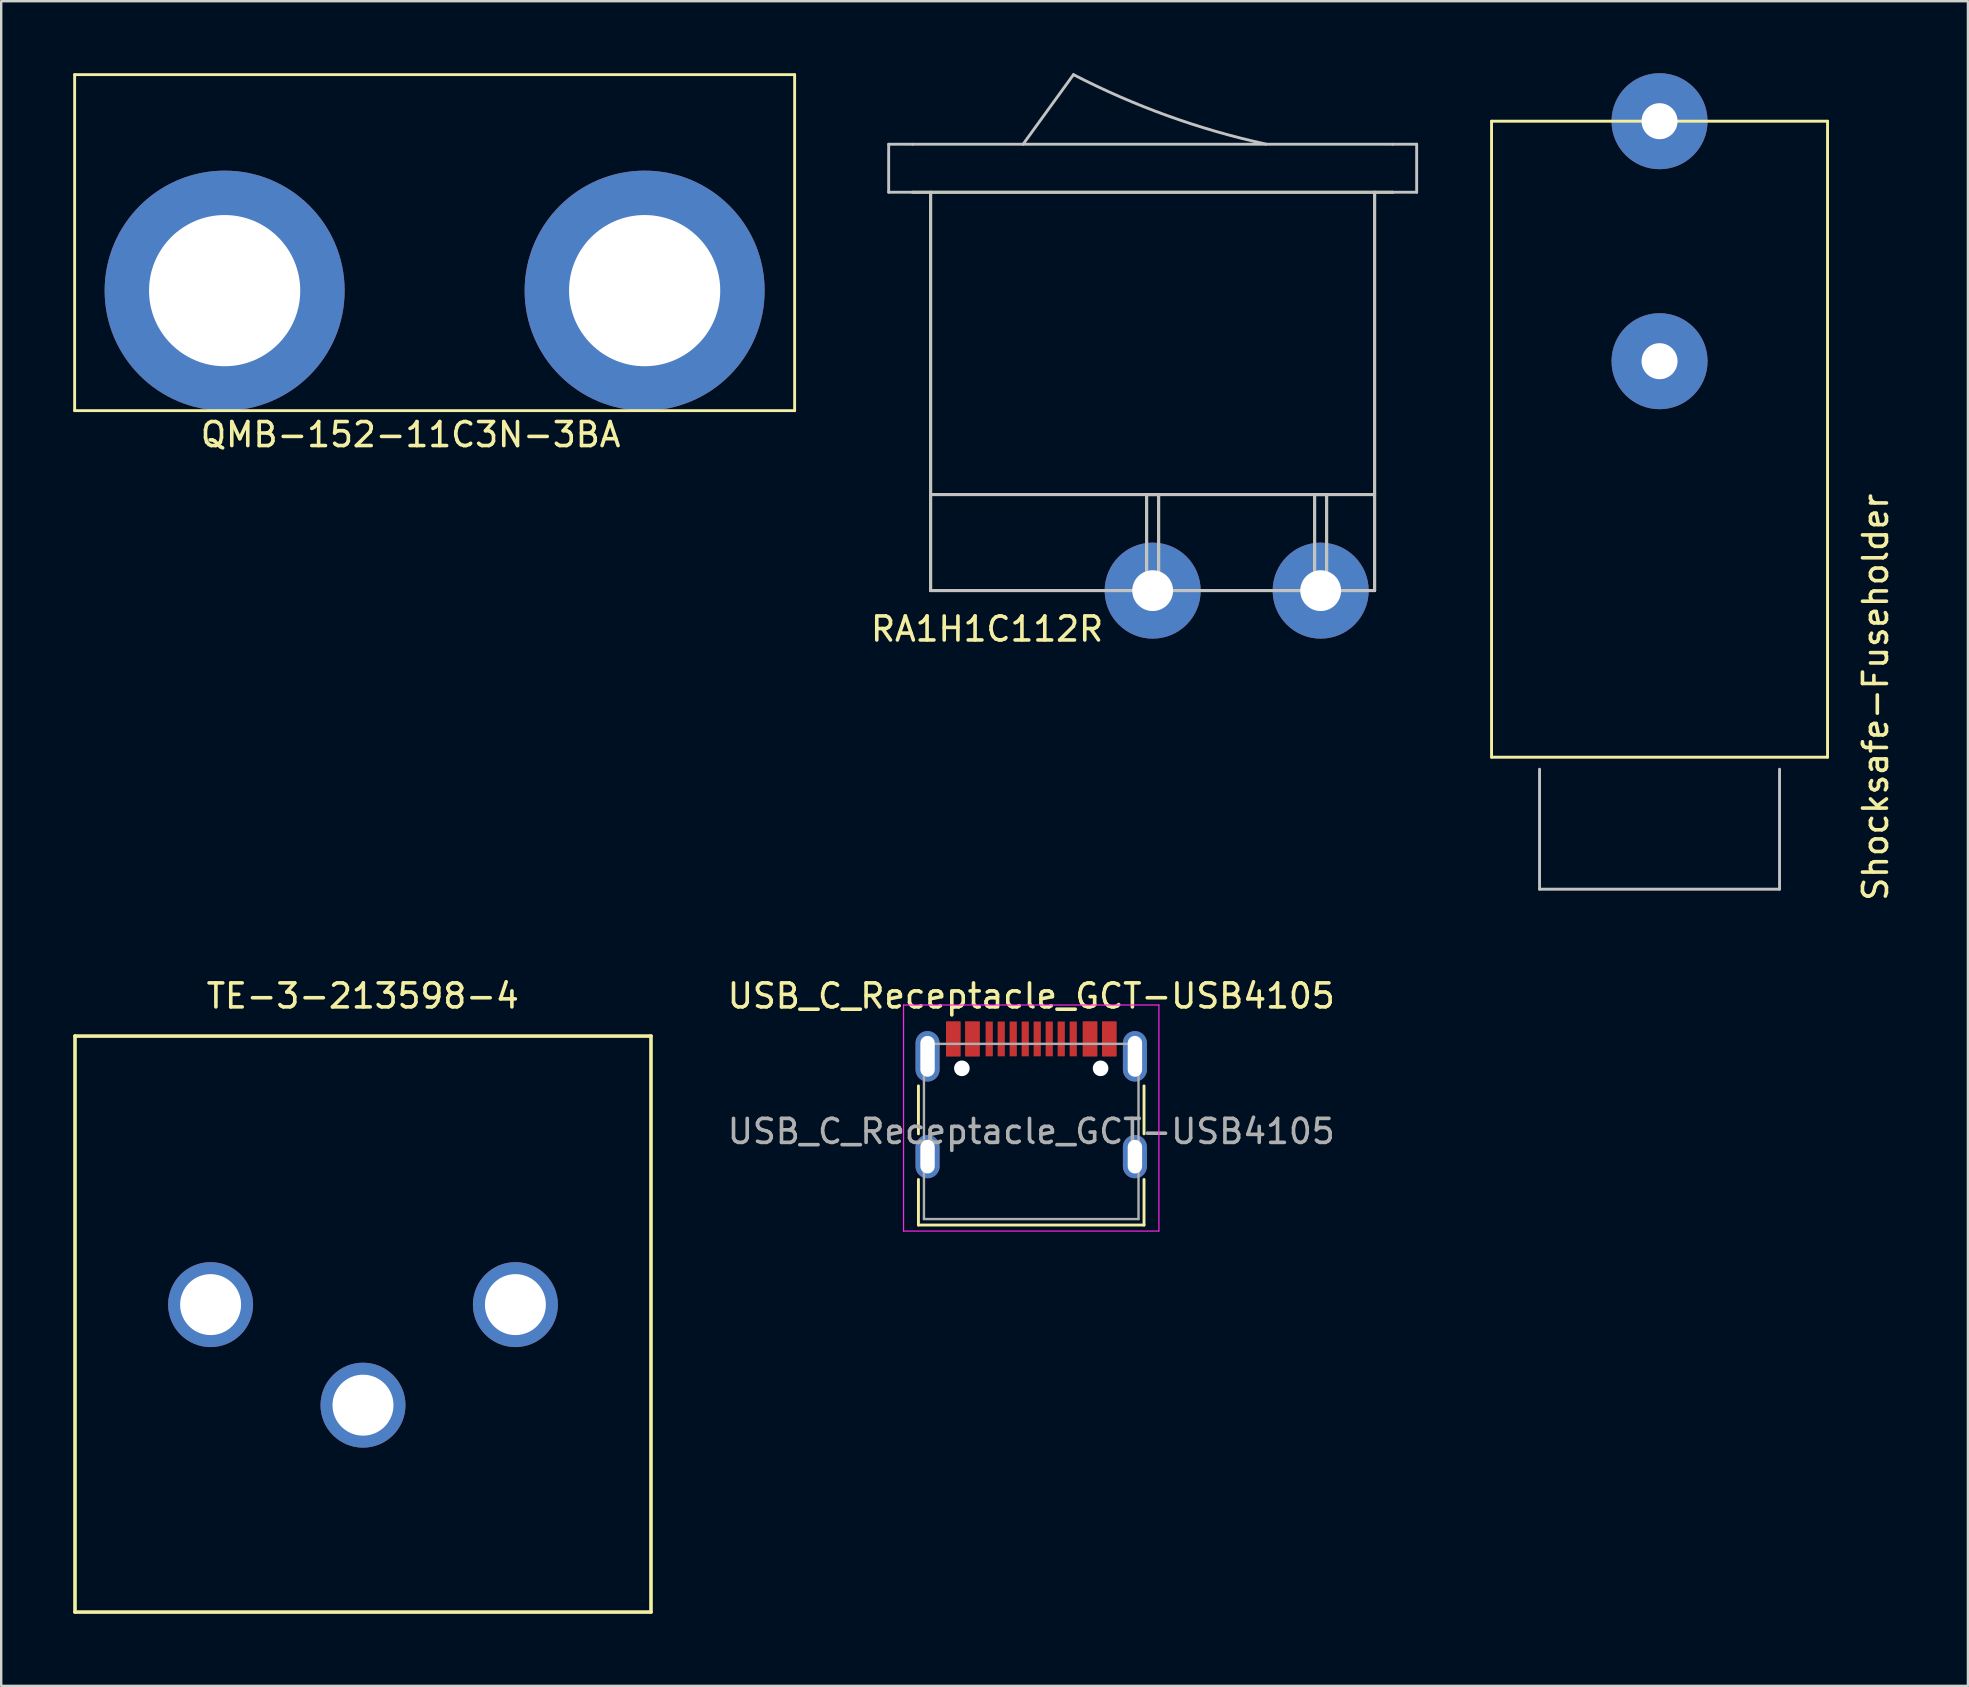
<source format=kicad_pcb>
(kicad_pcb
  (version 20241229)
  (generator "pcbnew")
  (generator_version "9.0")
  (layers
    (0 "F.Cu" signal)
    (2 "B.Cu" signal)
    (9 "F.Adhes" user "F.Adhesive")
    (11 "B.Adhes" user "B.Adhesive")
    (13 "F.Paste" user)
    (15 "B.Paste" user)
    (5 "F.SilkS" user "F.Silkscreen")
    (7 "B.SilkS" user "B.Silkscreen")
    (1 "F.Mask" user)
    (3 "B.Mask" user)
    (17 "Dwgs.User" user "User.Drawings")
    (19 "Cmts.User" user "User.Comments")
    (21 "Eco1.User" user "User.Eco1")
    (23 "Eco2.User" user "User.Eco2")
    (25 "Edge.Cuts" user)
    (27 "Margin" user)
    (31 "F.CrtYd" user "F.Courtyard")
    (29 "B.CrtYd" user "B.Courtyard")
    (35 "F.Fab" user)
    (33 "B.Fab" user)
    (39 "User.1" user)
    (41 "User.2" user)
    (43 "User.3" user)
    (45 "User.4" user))
  (footprint "Shocksafe-Fuseholder"
    (layer "F.Cu")
    (at 66.098 12)
    (property "Reference" "Shocksafe-Fuseholder" (at 9 14 90) (layer "F.SilkS") (effects (font (size 1 1) (thickness 0.15))))
    (attr through_hole)
    (fp_line (start -7 -10) (end 7 -10) (stroke (width 0.12) (type solid)) (layer "F.SilkS"))
    (fp_line (start -7 16.5) (end -7 -10) (stroke (width 0.12) (type solid)) (layer "F.SilkS"))
    (fp_line (start 7 -10) (end 7 16.5) (stroke (width 0.12) (type solid)) (layer "F.SilkS"))
    (fp_line (start 7 16.5) (end -7 16.5) (stroke (width 0.12) (type solid)) (layer "F.SilkS"))
    (fp_line (start -5 17) (end -5 22) (stroke (width 0.12) (type solid)) (layer "Dwgs.User"))
    (fp_line (start -5 22) (end 5 22) (stroke (width 0.12) (type solid)) (layer "Dwgs.User"))
    (fp_line (start 5 22) (end 5 17) (stroke (width 0.12) (type solid)) (layer "Dwgs.User"))
    (pad "1" thru_hole circle (at 0 0) (size 4 4) (drill 1.5) (layers "*.Cu" "*.Mask"))
    (pad "2" thru_hole circle (at 0 -10) (size 4 4) (drill 1.5) (layers "*.Cu" "*.Mask")))
  (footprint "QMB-152-11C3N-3BA"
    (layer "F.Cu")
    (at 15.06 9.06)
    (property "Reference" "QMB-152-11C3N-3BA" (at -1 6 0) (layer "F.SilkS") (effects (font (size 1 1) (thickness 0.15))))
    (attr through_hole)
    (fp_line (start -15 -9) (end 15 -9) (stroke (width 0.12) (type solid)) (layer "F.SilkS"))
    (fp_line (start -15 5) (end -15 -9) (stroke (width 0.12) (type solid)) (layer "F.SilkS"))
    (fp_line (start 15 -9) (end 15 5) (stroke (width 0.12) (type solid)) (layer "F.SilkS"))
    (fp_line (start 15 5) (end -15 5) (stroke (width 0.12) (type solid)) (layer "F.SilkS"))
    (pad "1" thru_hole circle (at -8.75 0 90) (size 10 10) (drill 6.3) (layers "*.Cu" "*.Mask"))
    (pad "2" thru_hole circle (at 8.75 0 90) (size 10 10) (drill 6.3) (layers "*.Cu" "*.Mask")))
  (footprint "TE-3-213598-4"
    (layer "F.Cu")
    (at 12.075 52.119)
    (property "Reference" "TE-3-213598-4" (at -0.01 -13.67 0) (layer "F.SilkS") (effects (font (size 1 1) (thickness 0.15))))
    (attr through_hole)
    (fp_line (start -12 -12) (end 12 -12) (stroke (width 0.15) (type solid)) (layer "F.SilkS"))
    (fp_line (start -12 12) (end -12 -12) (stroke (width 0.15) (type solid)) (layer "F.SilkS"))
    (fp_line (start 12 -12) (end 12 12) (stroke (width 0.15) (type solid)) (layer "F.SilkS"))
    (fp_line (start 12 12) (end -12 12) (stroke (width 0.15) (type solid)) (layer "F.SilkS"))
    (pad "1" thru_hole circle (at -6.35 -0.81) (size 3.54 3.54) (drill 2.54) (layers "*.Cu" "*.Mask"))
    (pad "2" thru_hole circle (at 6.35 -0.81) (size 3.54 3.54) (drill 2.54) (layers "*.Cu" "*.Mask"))
    (pad "3" thru_hole circle (at 0 3.38) (size 3.54 3.54) (drill 2.54) (layers "*.Cu" "*.Mask")))
  (footprint "USB_C_Receptacle_GCT-USB4105"
    (layer "F.Cu")
    (at 39.918 44.094)
    (property "Reference" "USB_C_Receptacle_GCT-USB4105" (at 0 -5.645 0) (layer "F.SilkS") (effects (font (size 1 1) (thickness 0.15))))
    (attr smd)
    (fp_line (start -4.7 -1.9) (end -4.7 0.1) (stroke (width 0.12) (type solid)) (layer "F.SilkS"))
    (fp_line (start -4.7 2) (end -4.7 3.9) (stroke (width 0.12) (type solid)) (layer "F.SilkS"))
    (fp_line (start -4.7 3.9) (end 4.7 3.9) (stroke (width 0.12) (type solid)) (layer "F.SilkS"))
    (fp_line (start 4.7 -1.9) (end 4.7 0.1) (stroke (width 0.12) (type solid)) (layer "F.SilkS"))
    (fp_line (start 4.7 2) (end 4.7 3.9) (stroke (width 0.12) (type solid)) (layer "F.SilkS"))
    (fp_line (start -5.32 -5.27) (end -5.32 4.15) (stroke (width 0.05) (type solid)) (layer "F.CrtYd"))
    (fp_line (start -5.32 -5.27) (end 5.32 -5.27) (stroke (width 0.05) (type solid)) (layer "F.CrtYd"))
    (fp_line (start -5.32 4.15) (end 5.32 4.15) (stroke (width 0.05) (type solid)) (layer "F.CrtYd"))
    (fp_line (start 5.32 -5.27) (end 5.32 4.15) (stroke (width 0.05) (type solid)) (layer "F.CrtYd"))
    (fp_line (start -4.47 -3.65) (end -4.47 3.65) (stroke (width 0.1) (type solid)) (layer "F.Fab"))
    (fp_line (start -4.47 -3.65) (end 4.47 -3.65) (stroke (width 0.1) (type solid)) (layer "F.Fab"))
    (fp_line (start -4.47 3.65) (end 4.47 3.65) (stroke (width 0.1) (type solid)) (layer "F.Fab"))
    (fp_line (start 4.47 -3.65) (end 4.47 3.65) (stroke (width 0.1) (type solid)) (layer "F.Fab"))
    (fp_text user "${REFERENCE}" (at 0 0 0) (layer "F.Fab") (effects (font (size 1 1) (thickness 0.15))))
    (pad "" np_thru_hole circle (at -2.89 -2.63) (size 0.65 0.65) (drill 0.65) (layers "*.Cu" "*.Mask"))
    (pad "" np_thru_hole circle (at 2.89 -2.63) (size 0.65 0.65) (drill 0.65) (layers "*.Cu" "*.Mask"))
    (pad "A1" smd rect (at -3.25 -3.855) (size 0.6 1.45) (layers "F.Cu" "F.Mask" "F.Paste"))
    (pad "A4" smd rect (at -2.45 -3.855) (size 0.6 1.45) (layers "F.Cu" "F.Mask" "F.Paste"))
    (pad "A5" smd rect (at -1.25 -3.855) (size 0.3 1.45) (layers "F.Cu" "F.Mask" "F.Paste"))
    (pad "A6" smd rect (at -0.25 -3.855) (size 0.3 1.45) (layers "F.Cu" "F.Mask" "F.Paste"))
    (pad "A7" smd rect (at 0.25 -3.855) (size 0.3 1.45) (layers "F.Cu" "F.Mask" "F.Paste"))
    (pad "A8" smd rect (at 1.25 -3.855) (size 0.3 1.45) (layers "F.Cu" "F.Mask" "F.Paste"))
    (pad "A9" smd rect (at 2.45 -3.855) (size 0.6 1.45) (layers "F.Cu" "F.Mask" "F.Paste"))
    (pad "A12" smd rect (at 3.25 -3.855) (size 0.6 1.45) (layers "F.Cu" "F.Mask" "F.Paste"))
    (pad "B1" smd rect (at 3.25 -3.855) (size 0.6 1.45) (layers "F.Cu" "F.Mask" "F.Paste"))
    (pad "B4" smd rect (at 2.45 -3.855) (size 0.6 1.45) (layers "F.Cu" "F.Mask" "F.Paste"))
    (pad "B5" smd rect (at 1.75 -3.855) (size 0.3 1.45) (layers "F.Cu" "F.Mask" "F.Paste"))
    (pad "B6" smd rect (at 0.75 -3.855) (size 0.3 1.45) (layers "F.Cu" "F.Mask" "F.Paste"))
    (pad "B7" smd rect (at -0.75 -3.855) (size 0.3 1.45) (layers "F.Cu" "F.Mask" "F.Paste"))
    (pad "B8" smd rect (at -1.75 -3.855) (size 0.3 1.45) (layers "F.Cu" "F.Mask" "F.Paste"))
    (pad "B9" smd rect (at -2.45 -3.855) (size 0.6 1.45) (layers "F.Cu" "F.Mask" "F.Paste"))
    (pad "B12" smd rect (at -3.25 -3.855) (size 0.6 1.45) (layers "F.Cu" "F.Mask" "F.Paste"))
    (pad "S1" thru_hole oval (at -4.32 -3.13) (size 1 2.1) (drill oval 0.6 1.7) (layers "*.Cu" "*.Mask"))
    (pad "S1" thru_hole oval (at -4.32 1.05) (size 1 1.8) (drill oval 0.6 1.4) (layers "*.Cu" "*.Mask"))
    (pad "S1" thru_hole oval (at 4.32 -3.13) (size 1 2.1) (drill oval 0.6 1.7) (layers "*.Cu" "*.Mask"))
    (pad "S1" thru_hole oval (at 4.32 1.05) (size 1 1.8) (drill oval 0.6 1.4) (layers "*.Cu" "*.Mask")))
  (footprint "RA1H1C112R"
    (layer "F.Cu")
    (at 44.978 21.56)
    (property "Reference" "RA1H1C112R" (at -6.9 1.6 0) (layer "F.SilkS") (effects (font (size 1 1) (thickness 0.15))))
    (attr through_hole)
    (fp_line (start -9.25 -16.6) (end -9.25 0) (stroke (width 0.12) (type solid)) (layer "F.SilkS"))
    (fp_line (start -9.25 -4) (end 9.25 -4) (stroke (width 0.12) (type solid)) (layer "F.SilkS"))
    (fp_line (start -9.25 0) (end 9.25 0) (stroke (width 0.12) (type solid)) (layer "F.SilkS"))
    (fp_line (start -0.25 -4) (end 0.25 -4) (stroke (width 0.12) (type solid)) (layer "F.SilkS"))
    (fp_line (start -0.25 0) (end -0.25 -4) (stroke (width 0.12) (type solid)) (layer "F.SilkS"))
    (fp_line (start 0.25 -4) (end 0.25 0) (stroke (width 0.12) (type solid)) (layer "F.SilkS"))
    (fp_line (start 6.75 0) (end 6.75 -4) (stroke (width 0.12) (type solid)) (layer "F.SilkS"))
    (fp_line (start 7.25 -4) (end 7.25 0) (stroke (width 0.12) (type solid)) (layer "F.SilkS"))
    (fp_line (start 9.25 0) (end 9.25 -16.6) (stroke (width 0.12) (type solid)) (layer "F.SilkS"))
    (fp_line (start 10 -16.6) (end -10 -16.6) (stroke (width 0.12) (type solid)) (layer "F.SilkS"))
    (fp_line (start -11 -18.6) (end -11 -16.6) (stroke (width 0.12) (type solid)) (layer "Dwgs.User"))
    (fp_line (start -11 -16.6) (end -10 -16.6) (stroke (width 0.12) (type solid)) (layer "Dwgs.User"))
    (fp_line (start -10 -18.6) (end -11 -18.6) (stroke (width 0.12) (type solid)) (layer "Dwgs.User"))
    (fp_line (start -10 -18.6) (end 10 -18.6) (stroke (width 0.12) (type solid)) (layer "Dwgs.User"))
    (fp_line (start -9.25 -16.6) (end -9.25 0) (stroke (width 0.12) (type solid)) (layer "Dwgs.User"))
    (fp_line (start -9.25 -4) (end 9.25 -4) (stroke (width 0.12) (type solid)) (layer "Dwgs.User"))
    (fp_line (start -9.25 0) (end 9.25 0) (stroke (width 0.12) (type solid)) (layer "Dwgs.User"))
    (fp_line (start -3.3 -21.5) (end -5.4 -18.6) (stroke (width 0.12) (type solid)) (layer "Dwgs.User"))
    (fp_line (start -0.25 -4) (end 0.25 -4) (stroke (width 0.12) (type solid)) (layer "Dwgs.User"))
    (fp_line (start -0.25 0) (end -0.25 -4) (stroke (width 0.12) (type solid)) (layer "Dwgs.User"))
    (fp_line (start 0.25 -4) (end 0.25 0) (stroke (width 0.12) (type solid)) (layer "Dwgs.User"))
    (fp_line (start 6.75 -4) (end 7.25 -4) (stroke (width 0.12) (type solid)) (layer "Dwgs.User"))
    (fp_line (start 6.75 -4) (end 7.25 -4) (stroke (width 0.12) (type solid)) (layer "Dwgs.User"))
    (fp_line (start 6.75 0) (end 6.75 -4) (stroke (width 0.12) (type solid)) (layer "Dwgs.User"))
    (fp_line (start 7.25 -4) (end 7.25 0) (stroke (width 0.12) (type solid)) (layer "Dwgs.User"))
    (fp_line (start 9.25 0) (end 9.25 -16.6) (stroke (width 0.12) (type solid)) (layer "Dwgs.User"))
    (fp_line (start 10 -18.6) (end 11 -18.6) (stroke (width 0.12) (type solid)) (layer "Dwgs.User"))
    (fp_line (start 10 -16.6) (end -10 -16.6) (stroke (width 0.12) (type solid)) (layer "Dwgs.User"))
    (fp_line (start 11 -18.6) (end 11 -16.6) (stroke (width 0.12) (type solid)) (layer "Dwgs.User"))
    (fp_line (start 11 -16.6) (end 10 -16.6) (stroke (width 0.12) (type solid)) (layer "Dwgs.User"))
    (fp_arc (start 4.72287 -18.604551) (mid 0.616478 -19.789162) (end -3.3 -21.5) (stroke (width 0.12) (type solid)) (layer "Dwgs.User"))
    (pad "1" thru_hole circle (at 0 0) (size 4 4) (drill 1.7) (layers "*.Cu" "*.Mask"))
    (pad "2" thru_hole circle (at 7 0) (size 4 4) (drill 1.7) (layers "*.Cu" "*.Mask")))
  (gr_rect
    (start -3 -3)
    (end 78.947 67.194)
    (stroke (width 0.1) (type default))
    (fill no)
    (layer "Edge.Cuts")))
</source>
